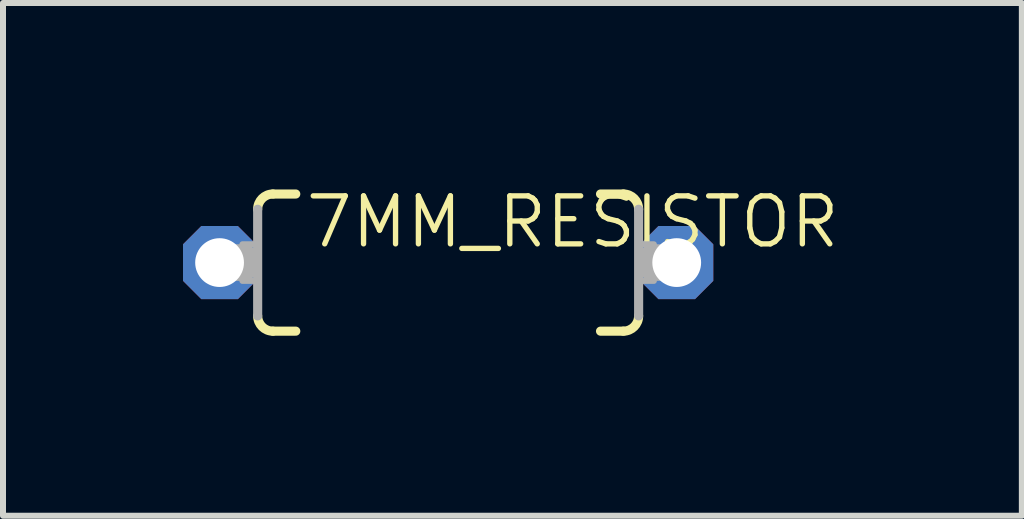
<source format=kicad_pcb>
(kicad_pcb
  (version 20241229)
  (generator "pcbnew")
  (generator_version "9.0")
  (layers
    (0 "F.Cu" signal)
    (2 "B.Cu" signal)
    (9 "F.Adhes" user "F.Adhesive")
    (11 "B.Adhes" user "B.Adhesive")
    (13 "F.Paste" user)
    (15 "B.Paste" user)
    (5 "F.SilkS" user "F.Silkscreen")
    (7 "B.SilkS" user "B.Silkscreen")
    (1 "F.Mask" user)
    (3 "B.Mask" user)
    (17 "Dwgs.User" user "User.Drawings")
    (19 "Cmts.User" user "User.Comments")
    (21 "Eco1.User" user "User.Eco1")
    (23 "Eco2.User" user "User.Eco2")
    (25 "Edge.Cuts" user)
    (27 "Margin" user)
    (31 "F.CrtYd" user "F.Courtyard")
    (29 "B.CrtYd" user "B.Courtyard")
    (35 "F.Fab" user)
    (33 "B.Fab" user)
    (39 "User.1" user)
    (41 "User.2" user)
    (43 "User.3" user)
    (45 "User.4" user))
  (footprint "7MM_RESISTOR"
    (layer "F.Cu")
    (at 4.42 1.327)
    (property "Reference" "7MM_RESISTOR" (at -2.421 -1.146 0) (layer "F.SilkS") (effects (font (size 0.8 0.8) (thickness 0.089)) (justify left top)))
    (fp_line (start -2.921 -1.143) (end -2.54 -1.143) (stroke (width 0.152) (type solid)) (layer "F.SilkS"))
    (fp_line (start -2.921 1.143) (end -2.54 1.143) (stroke (width 0.152) (type solid)) (layer "F.SilkS"))
    (fp_line (start 2.921 -1.143) (end 2.54 -1.143) (stroke (width 0.152) (type solid)) (layer "F.SilkS"))
    (fp_line (start 2.921 1.143) (end 2.54 1.143) (stroke (width 0.152) (type solid)) (layer "F.SilkS"))
    (fp_arc (start -3.175 -0.889) (mid -3.100605 -1.068605) (end -2.921 -1.143) (stroke (width 0.1524) (type solid)) (layer "F.SilkS"))
    (fp_arc (start -2.921 1.143) (mid -3.100605 1.068605) (end -3.175 0.889) (stroke (width 0.1524) (type solid)) (layer "F.SilkS"))
    (fp_arc (start 2.921 -1.143) (mid 3.100605 -1.068605) (end 3.175 -0.889) (stroke (width 0.1524) (type solid)) (layer "F.SilkS"))
    (fp_arc (start 3.175 0.889) (mid 3.100605 1.068605) (end 2.921 1.143) (stroke (width 0.1524) (type solid)) (layer "F.SilkS"))
    (fp_line (start -3.81 0) (end -3.429 0) (stroke (width 0.61) (type solid)) (layer "F.Fab"))
    (fp_line (start -3.175 0.889) (end -3.175 -0.889) (stroke (width 0.152) (type solid)) (layer "F.Fab"))
    (fp_line (start 3.175 0.889) (end 3.175 -0.889) (stroke (width 0.152) (type solid)) (layer "F.Fab"))
    (fp_line (start 3.429 0) (end 3.81 0) (stroke (width 0.61) (type solid)) (layer "F.Fab"))
    (fp_poly (pts (xy -3.429 0.305) (xy -3.175 0.305) (xy -3.175 -0.305) (xy -3.429 -0.305)) (stroke (width 0.1) (type solid)) (fill no) (layer "F.Fab"))
    (fp_poly (pts (xy 3.175 0.305) (xy 3.429 0.305) (xy 3.429 -0.305) (xy 3.175 -0.305)) (stroke (width 0.1) (type solid)) (fill no) (layer "F.Fab"))
    (pad "1" thru_hole roundrect (at -3.81 0) (size 1.219 1.219) (drill 0.813) (layers "*.Cu" "*.Mask") (roundrect_rratio 0.25) (chamfer_ratio 0.25) (chamfer top_left top_right bottom_left bottom_right))
    (pad "2" thru_hole roundrect (at 3.81 0) (size 1.219 1.219) (drill 0.813) (layers "*.Cu" "*.Mask") (roundrect_rratio 0.25) (chamfer_ratio 0.25) (chamfer top_left top_right bottom_left bottom_right)))
  (gr_rect
    (start -3 -3)
    (end 13.983 5.547)
    (stroke (width 0.1) (type default))
    (fill no)
    (layer "Edge.Cuts")))
</source>
